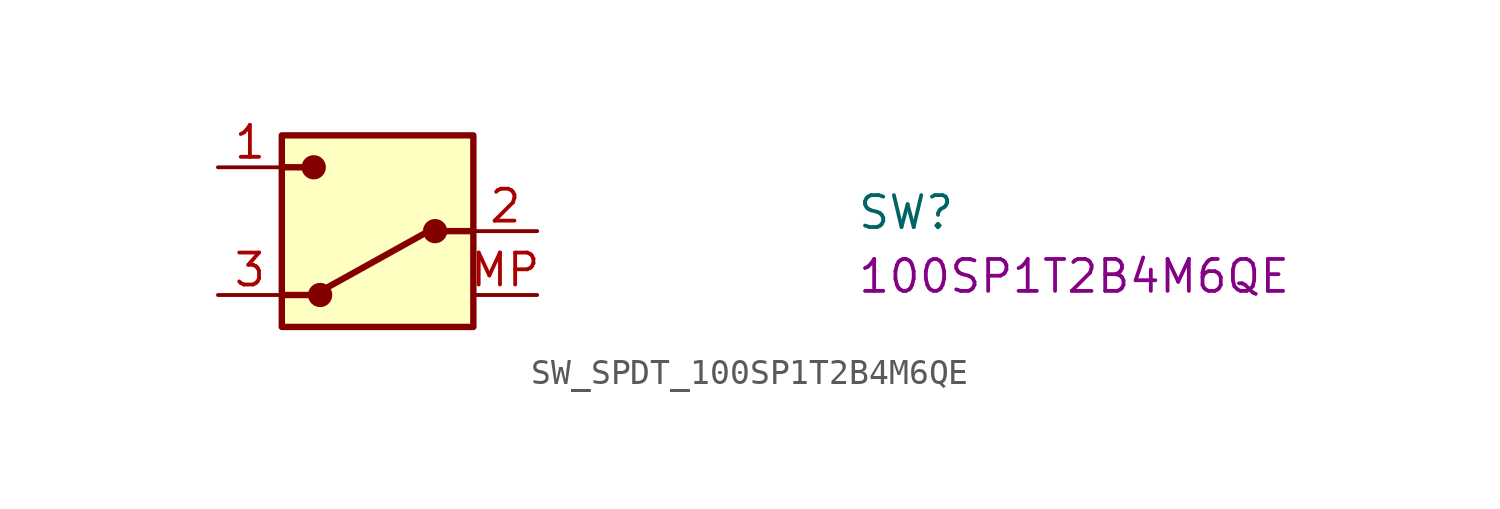
<source format=kicad_sym>
(kicad_symbol_lib
  (version 20220914)
  (generator kicad_symbol_editor)
  (symbol "SW_SPDT_100SP1T2B4M6QE"
    (pin_names hide)
    (property "Reference" "SW"
      (at 25.4 -2.54 0)
      (effects (font (size 1.27 1.27) (thickness 0.15)) (justify left bottom)))
    (property "MPN" "100SP1T2B4M6QE"
      (at 25.4 -5.08 0)
      (effects (font (size 1.27 1.27) (thickness 0.15)) (justify left bottom)))
    (symbol "SW_SPDT_100SP1T2B4M6QE_1_1"
      (polyline (pts (xy 2.54 -5.08) (xy 3.81 -5.08)) (stroke (width 0.254) (type default)) (fill (type none)))
      (polyline (pts (xy 2.54 0) (xy 3.81 0)) (stroke (width 0.254) (type default)) (fill (type none)))
      (polyline (pts (xy 8.382 -2.54) (xy 3.81 -5.08)) (stroke (width 0.254) (type default)) (fill (type none)))
      (polyline (pts (xy 8.89 -2.54) (xy 10.16 -2.54)) (stroke (width 0.254) (type default)) (fill (type none)))
      (rectangle (start 2.54 -6.35) (end 10.16 1.27) (stroke (width 0.254) (type default)) (fill (type background)))
      (circle (center 3.81 0) (radius 0.356) (stroke (width 0.254) (type default)) (fill (type outline)))
      (circle (center 4.064 -5.08) (radius 0.356) (stroke (width 0.254) (type default)) (fill (type outline)))
      (circle (center 8.636 -2.54) (radius 0.356) (stroke (width 0.254) (type default)) (fill (type outline)))
      (pin passive line (at 0 0 0) (length 2.54) (name "~" (effects (font (size 1.27 1.27)))) (number "1" (effects (font (size 1.27 1.27)))))
      (pin passive line (at 12.7 -2.54 180) (length 2.54) (name "~" (effects (font (size 1.27 1.27)))) (number "2" (effects (font (size 1.27 1.27)))))
      (pin passive line (at 0 -5.08 0) (length 2.54) (name "~" (effects (font (size 1.27 1.27)))) (number "3" (effects (font (size 1.27 1.27)))))
      (pin passive line (at 12.7 -5.08 180) (length 2.54) (name "MP" (effects (font (size 1.27 1.27)))) (number "MP" (effects (font (size 1.27 1.27))))))))
</source>
